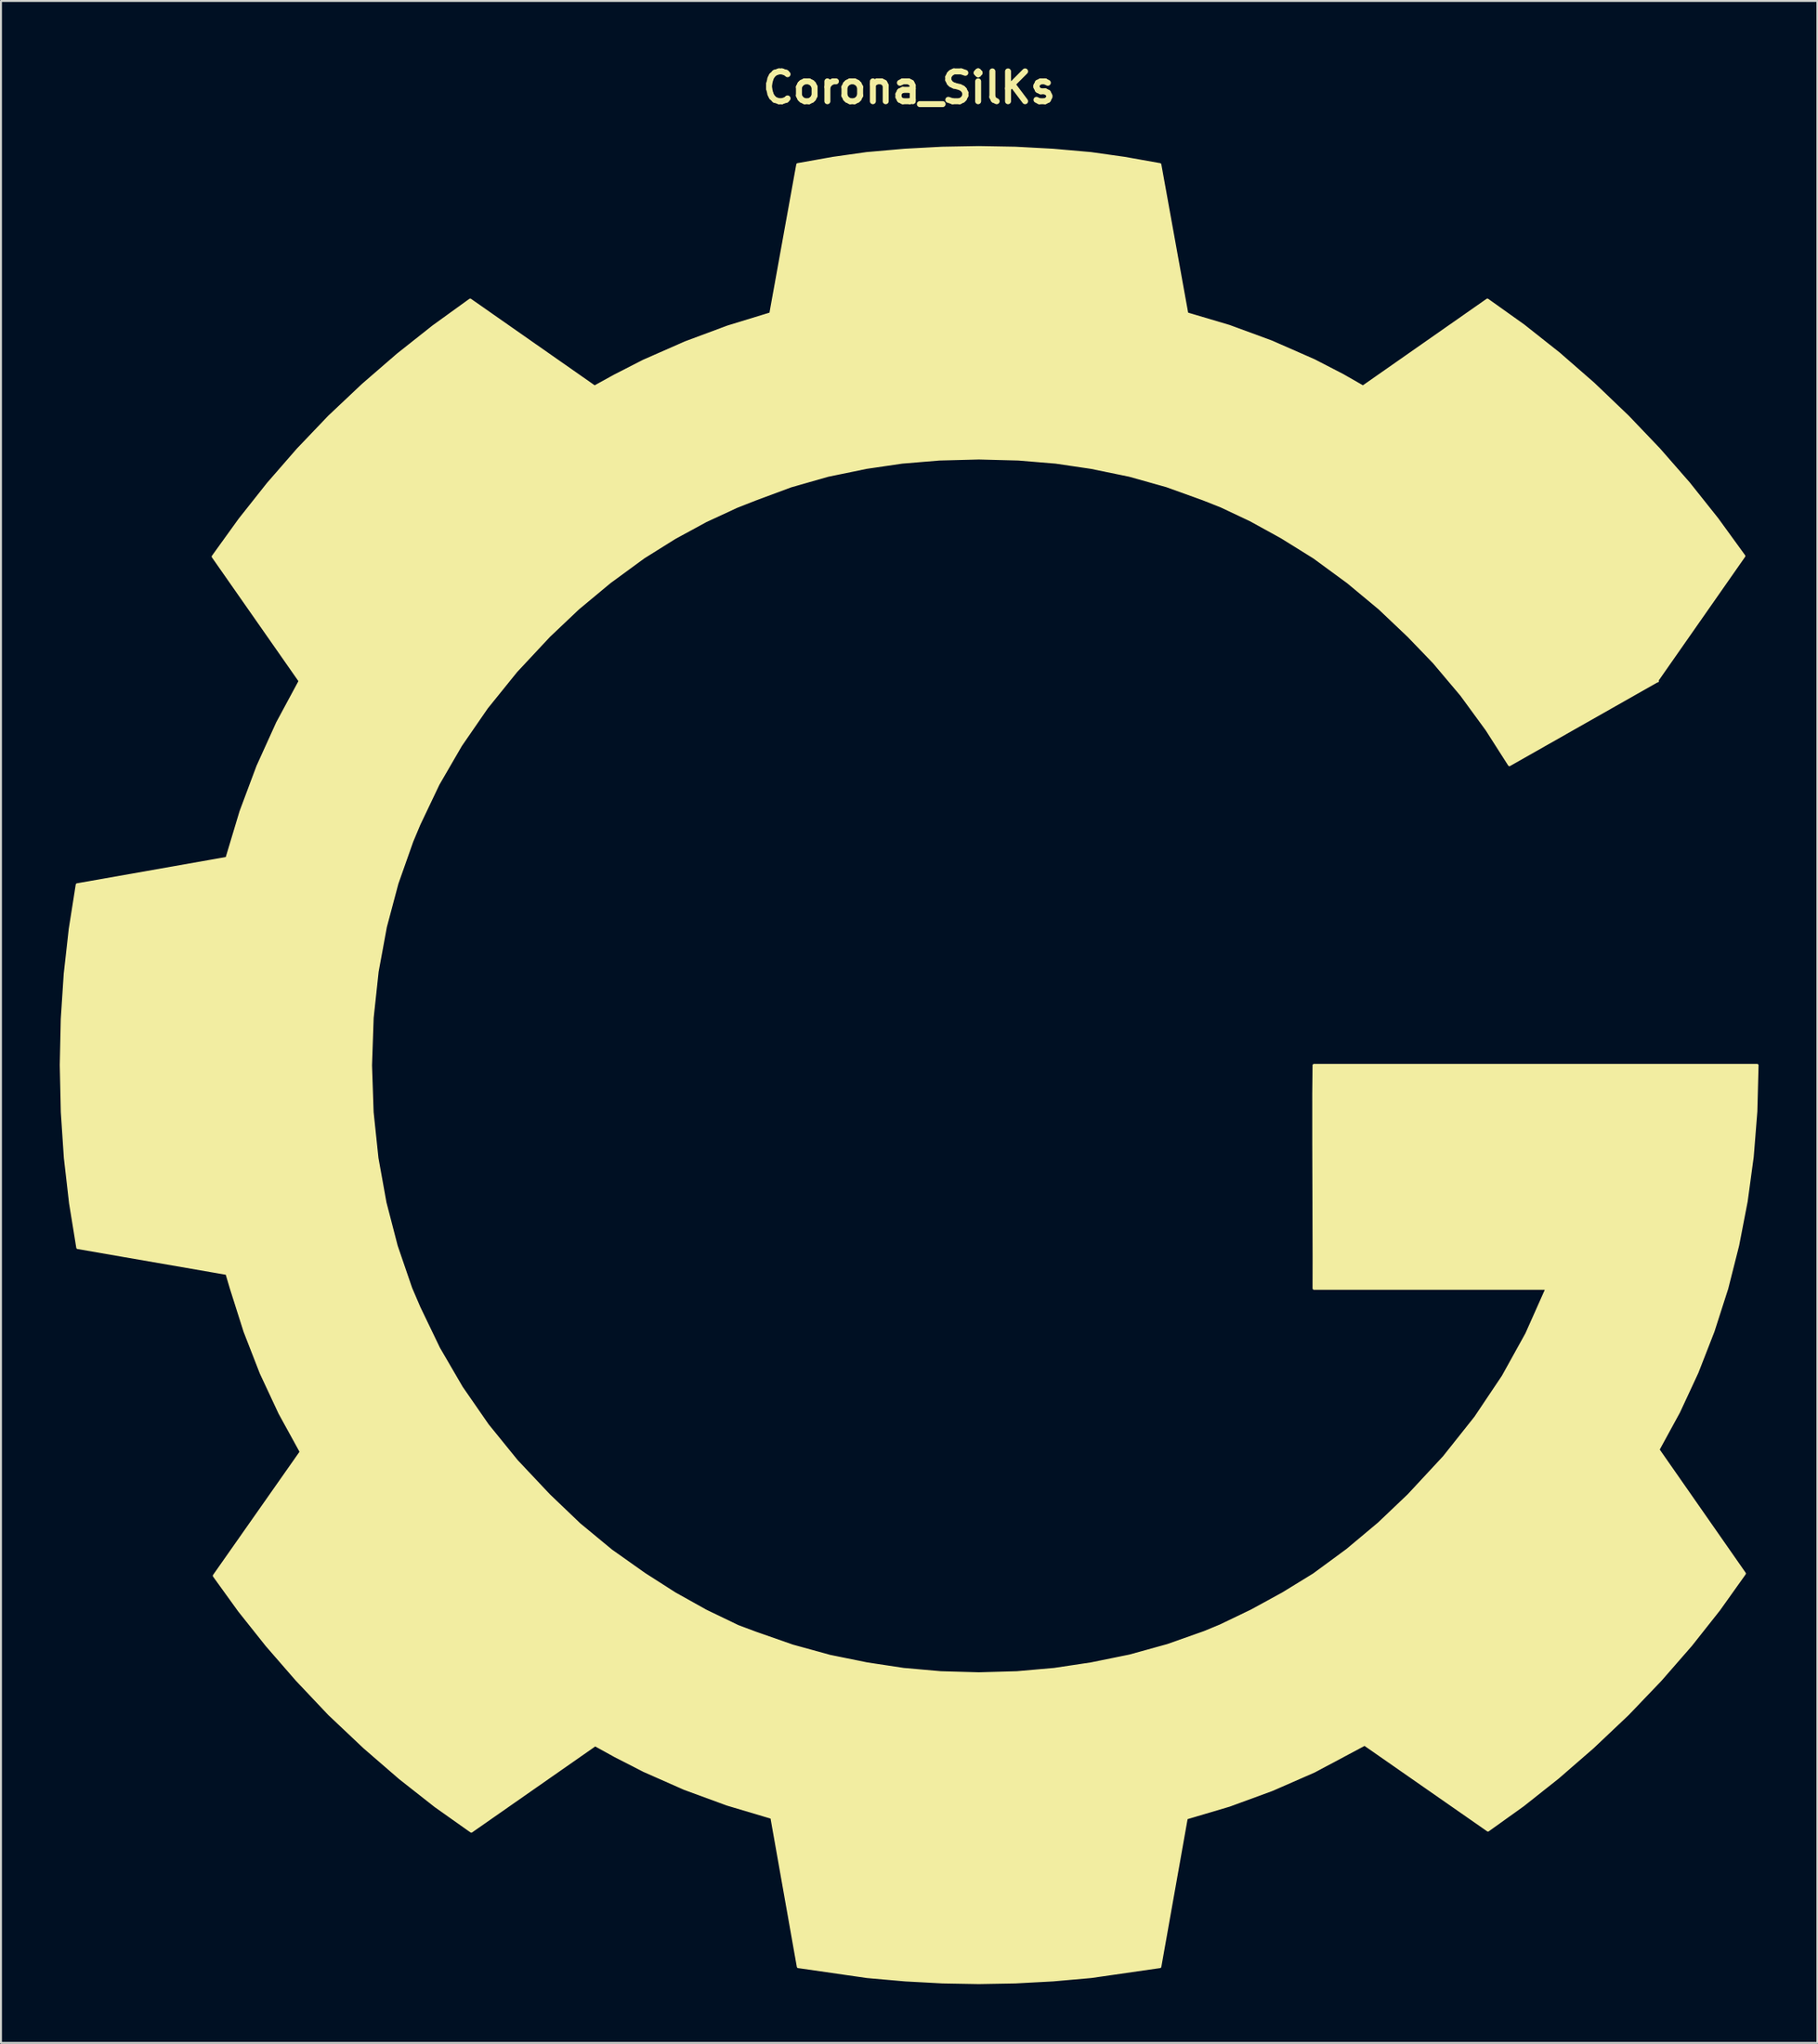
<source format=kicad_pcb>
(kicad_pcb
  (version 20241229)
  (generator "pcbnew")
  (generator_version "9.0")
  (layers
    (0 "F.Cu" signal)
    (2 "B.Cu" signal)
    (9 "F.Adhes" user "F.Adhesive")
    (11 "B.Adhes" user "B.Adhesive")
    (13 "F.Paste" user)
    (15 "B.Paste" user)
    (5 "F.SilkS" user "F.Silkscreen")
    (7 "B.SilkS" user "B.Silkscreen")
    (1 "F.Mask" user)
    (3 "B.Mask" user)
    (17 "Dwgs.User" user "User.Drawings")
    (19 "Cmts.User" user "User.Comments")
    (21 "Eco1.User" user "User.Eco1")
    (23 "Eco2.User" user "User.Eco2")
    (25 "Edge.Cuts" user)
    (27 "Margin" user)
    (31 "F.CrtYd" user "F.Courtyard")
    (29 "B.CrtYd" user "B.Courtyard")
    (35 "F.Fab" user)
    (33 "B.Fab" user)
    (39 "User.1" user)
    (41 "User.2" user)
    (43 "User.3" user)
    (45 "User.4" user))
  (footprint "Corona_SilKs"
    (layer "F.Cu")
    (at 43.339 51.278)
    (property "Reference" "Corona_SilKs" (at 0 -49.852 0) (layer "F.SilkS") (effects (font (size 1.524 1.524) (thickness 0.305))))
    (attr smd)
    (fp_poly (pts (xy 36.665 -33.07) (xy 38.257 -31.404) (xy 39.776 -29.665) (xy 41.22 -27.852) (xy 42.591 -25.965) (xy 38.154 -19.617) (xy 38.182 -19.589) (xy 38.154 -19.589) (xy 30.627 -15.32) (xy 29.482 -17.111) (xy 28.183 -18.887) (xy 26.779 -20.551) (xy 25.487 -21.892) (xy 24.002 -23.3) (xy 22.392 -24.638) (xy 20.657 -25.909) (xy 19.006 -26.935) (xy 17.424 -27.806) (xy 15.91 -28.52) (xy 14.983 -28.886) (xy 13.139 -29.55) (xy 11.239 -30.084) (xy 9.282 -30.486) (xy 7.485 -30.752) (xy 5.575 -30.911) (xy 3.553 -30.964) (xy 1.543 -30.911) (xy -0.367 -30.752) (xy -2.177 -30.486) (xy -4.146 -30.081) (xy -6.046 -29.538) (xy -7.878 -28.857) (xy -8.805 -28.492) (xy -10.393 -27.756) (xy -11.975 -26.895) (xy -13.551 -25.909) (xy -15.286 -24.639) (xy -16.896 -23.3) (xy -18.382 -21.892) (xy -20.058 -20.097) (xy -21.559 -18.239) (xy -22.884 -16.318) (xy -24.035 -14.334) (xy -25.01 -12.287) (xy -25.375 -11.417) (xy -26.133 -9.27) (xy -26.723 -7.053) (xy -27.144 -4.767) (xy -27.397 -2.411) (xy -27.481 0.014) (xy -27.399 2.41) (xy -27.153 4.746) (xy -26.743 7.021) (xy -26.169 9.235) (xy -25.431 11.389) (xy -25.01 12.371) (xy -24.008 14.453) (xy -22.844 16.452) (xy -21.518 18.367) (xy -20.031 20.199) (xy -18.382 21.949) (xy -16.831 23.431) (xy -15.211 24.77) (xy -13.523 25.965) (xy -11.969 26.96) (xy -10.377 27.849) (xy -8.749 28.633) (xy -7.85 28.97) (xy -5.956 29.632) (xy -4.055 30.156) (xy -2.149 30.543) (xy -0.292 30.824) (xy 1.609 30.992) (xy 3.553 31.048) (xy 5.5 30.992) (xy 7.41 30.824) (xy 9.282 30.543) (xy 11.261 30.14) (xy 13.189 29.606) (xy 15.068 28.942) (xy 15.882 28.605) (xy 17.474 27.84) (xy 19.065 26.97) (xy 20.657 25.993) (xy 22.354 24.745) (xy 23.965 23.397) (xy 25.487 21.949) (xy 27.296 20.002) (xy 28.902 17.981) (xy 30.307 15.886) (xy 31.509 13.717) (xy 32.509 11.473) (xy 32.537 11.389) (xy 20.657 11.389) (xy 20.66 9.799) (xy 20.652 7.104) (xy 20.642 4.067) (xy 20.641 1.449) (xy 20.657 0.014) (xy 43.265 0.014) (xy 43.203 2.365) (xy 43.018 4.678) (xy 42.709 6.953) (xy 42.276 9.19) (xy 41.72 11.388) (xy 41.017 13.577) (xy 40.197 15.679) (xy 39.261 17.692) (xy 38.21 19.617) (xy 42.619 25.937) (xy 41.31 27.774) (xy 39.881 29.58) (xy 38.333 31.355) (xy 36.665 33.098) (xy 34.882 34.785) (xy 33.098 36.335) (xy 31.315 37.748) (xy 29.532 39.024) (xy 23.24 34.643) (xy 20.657 36.019) (xy 18.51 36.958) (xy 16.338 37.754) (xy 14.141 38.406) (xy 12.793 45.989) (xy 9.282 46.495) (xy 7.335 46.667) (xy 5.425 46.77) (xy 3.553 46.804) (xy 1.696 46.77) (xy -0.204 46.667) (xy -2.149 46.495) (xy -5.659 45.989) (xy -7.007 38.378) (xy -9.279 37.701) (xy -11.451 36.905) (xy -13.523 35.99) (xy -14.99 35.239) (xy -16.023 34.67) (xy -22.342 39.08) (xy -24.164 37.791) (xy -25.979 36.364) (xy -27.787 34.8) (xy -29.588 33.099) (xy -31.24 31.352) (xy -32.768 29.595) (xy -34.174 27.828) (xy -35.457 26.05) (xy -31.02 19.73) (xy -32.106 17.755) (xy -33.063 15.707) (xy -33.89 13.584) (xy -34.587 11.389) (xy -34.812 10.63) (xy -42.423 9.31) (xy -42.791 7.044) (xy -43.055 4.739) (xy -43.212 2.396) (xy -43.265 0.014) (xy -43.265 -0.014) (xy -43.214 -2.347) (xy -43.062 -4.655) (xy -42.807 -6.939) (xy -42.451 -9.198) (xy -34.812 -10.546) (xy -34.094 -12.933) (xy -33.232 -15.236) (xy -32.226 -17.455) (xy -31.076 -19.589) (xy -35.514 -25.937) (xy -34.153 -27.825) (xy -32.712 -29.644) (xy -31.19 -31.392) (xy -29.588 -33.07) (xy -27.864 -34.696) (xy -26.091 -36.23) (xy -24.269 -37.673) (xy -22.398 -39.024) (xy -16.051 -34.587) (xy -15.018 -35.156) (xy -13.551 -35.907) (xy -11.407 -36.849) (xy -9.245 -37.654) (xy -7.063 -38.322) (xy -5.687 -45.933) (xy -3.869 -46.256) (xy -2.177 -46.495) (xy -0.229 -46.667) (xy 1.68 -46.77) (xy 3.553 -46.804) (xy 5.425 -46.77) (xy 7.335 -46.667) (xy 9.282 -46.495) (xy 10.974 -46.256) (xy 12.793 -45.933) (xy 14.169 -38.322) (xy 16.325 -37.682) (xy 18.488 -36.887) (xy 20.657 -35.935) (xy 22.124 -35.177) (xy 23.156 -34.587) (xy 29.503 -39.024) (xy 31.341 -37.715) (xy 33.147 -36.286) (xy 34.922 -34.738) (xy 36.665 -33.07) (xy 36.665 -33.07)) (stroke (width 0.149) (type solid)) (fill yes) (layer "F.SilkS")))
  (gr_rect
    (start -3 -3)
    (end 89.679 101.156)
    (stroke (width 0.1) (type default))
    (fill no)
    (layer "Edge.Cuts")))
</source>
